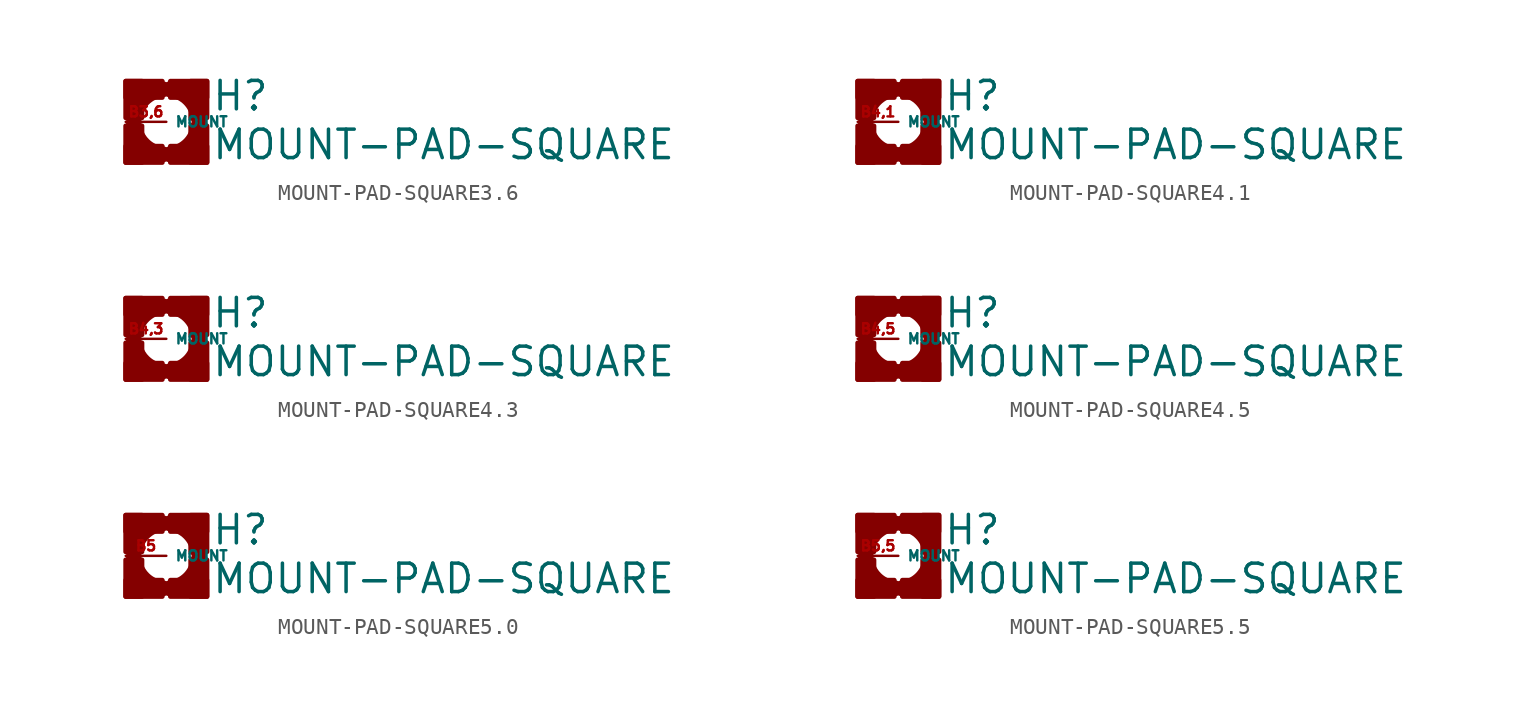
<source format=kicad_sym>
(kicad_symbol_lib
  (version 20220914)
  (generator Eagle2Kicad)
  (symbol "MOUNT-PAD-SQUARE3.6"
    (property "Reference" "H"
      (at 2.794 0.584 0)
      (effects (font (size 1.778 1.778) (thickness 0.22)) (justify left bottom)))
    (property "Value" "MOUNT-PAD-SQUARE"
      (at 2.794 -2.464 0)
      (effects (font (size 1.778 1.778) (thickness 0.22)) (justify left bottom)))
    (arc
      (start 2.032 0.254)
      (mid 1.448 1.448)
      (end 0.254 2.032)
      (stroke (width 1.016) (type default))
      (fill (type none)))
    (arc
      (start -0.254 2.032)
      (mid -1.448 1.448)
      (end -2.032 0.254)
      (stroke (width 1.016) (type default))
      (fill (type none)))
    (arc
      (start -2.032 -0.254)
      (mid -1.448 -1.448)
      (end -0.254 -2.032)
      (stroke (width 1.016) (type default))
      (fill (type none)))
    (arc
      (start 0.254 -2.032)
      (mid 1.448 -1.448)
      (end 2.032 -0.254)
      (stroke (width 1.016) (type default))
      (fill (type none)))
    (rectangle
      (start -2.54 0.254)
      (end -1.524 2.54)
      (stroke (width 0.3) (type default))
      (fill (type outline)))
    (rectangle
      (start -2.54 1.524)
      (end -0.254 2.54)
      (stroke (width 0.3) (type default))
      (fill (type outline)))
    (rectangle
      (start -2.54 -2.54)
      (end -1.524 -0.254)
      (stroke (width 0.3) (type default))
      (fill (type outline)))
    (rectangle
      (start -2.54 -2.54)
      (end -0.254 -1.524)
      (stroke (width 0.3) (type default))
      (fill (type outline)))
    (rectangle
      (start 1.524 -2.54)
      (end 2.54 -0.254)
      (stroke (width 0.3) (type default))
      (fill (type outline)))
    (rectangle
      (start 0.254 -2.54)
      (end 2.54 -1.524)
      (stroke (width 0.3) (type default))
      (fill (type outline)))
    (rectangle
      (start 0.254 1.524)
      (end 2.54 2.54)
      (stroke (width 0.3) (type default))
      (fill (type outline)))
    (rectangle
      (start 1.524 0.254)
      (end 2.54 2.54)
      (stroke (width 0.3) (type default))
      (fill (type outline)))
    (pin passive line
      (at -2.54 0 0)
      (length 2.54)
      (name "MOUNT" (effects (font (size 0.635 0.635) (thickness 0.08)) (justify left bottom)))
      (number "B3,6" (effects (font (size 0.635 0.635) (thickness 0.08)) (justify left bottom)))))
  (symbol "MOUNT-PAD-SQUARE4.1"
    (property "Reference" "H"
      (at 2.794 0.584 0)
      (effects (font (size 1.778 1.778) (thickness 0.22)) (justify left bottom)))
    (property "Value" "MOUNT-PAD-SQUARE"
      (at 2.794 -2.464 0)
      (effects (font (size 1.778 1.778) (thickness 0.22)) (justify left bottom)))
    (arc
      (start 2.032 0.254)
      (mid 1.448 1.448)
      (end 0.254 2.032)
      (stroke (width 1.016) (type default))
      (fill (type none)))
    (arc
      (start -0.254 2.032)
      (mid -1.448 1.448)
      (end -2.032 0.254)
      (stroke (width 1.016) (type default))
      (fill (type none)))
    (arc
      (start -2.032 -0.254)
      (mid -1.448 -1.448)
      (end -0.254 -2.032)
      (stroke (width 1.016) (type default))
      (fill (type none)))
    (arc
      (start 0.254 -2.032)
      (mid 1.448 -1.448)
      (end 2.032 -0.254)
      (stroke (width 1.016) (type default))
      (fill (type none)))
    (rectangle
      (start -2.54 0.254)
      (end -1.524 2.54)
      (stroke (width 0.3) (type default))
      (fill (type outline)))
    (rectangle
      (start -2.54 1.524)
      (end -0.254 2.54)
      (stroke (width 0.3) (type default))
      (fill (type outline)))
    (rectangle
      (start -2.54 -2.54)
      (end -1.524 -0.254)
      (stroke (width 0.3) (type default))
      (fill (type outline)))
    (rectangle
      (start -2.54 -2.54)
      (end -0.254 -1.524)
      (stroke (width 0.3) (type default))
      (fill (type outline)))
    (rectangle
      (start 1.524 -2.54)
      (end 2.54 -0.254)
      (stroke (width 0.3) (type default))
      (fill (type outline)))
    (rectangle
      (start 0.254 -2.54)
      (end 2.54 -1.524)
      (stroke (width 0.3) (type default))
      (fill (type outline)))
    (rectangle
      (start 0.254 1.524)
      (end 2.54 2.54)
      (stroke (width 0.3) (type default))
      (fill (type outline)))
    (rectangle
      (start 1.524 0.254)
      (end 2.54 2.54)
      (stroke (width 0.3) (type default))
      (fill (type outline)))
    (pin passive line
      (at -2.54 0 0)
      (length 2.54)
      (name "MOUNT" (effects (font (size 0.635 0.635) (thickness 0.08)) (justify left bottom)))
      (number "B4,1" (effects (font (size 0.635 0.635) (thickness 0.08)) (justify left bottom)))))
  (symbol "MOUNT-PAD-SQUARE4.3"
    (property "Reference" "H"
      (at 2.794 0.584 0)
      (effects (font (size 1.778 1.778) (thickness 0.22)) (justify left bottom)))
    (property "Value" "MOUNT-PAD-SQUARE"
      (at 2.794 -2.464 0)
      (effects (font (size 1.778 1.778) (thickness 0.22)) (justify left bottom)))
    (arc
      (start 2.032 0.254)
      (mid 1.448 1.448)
      (end 0.254 2.032)
      (stroke (width 1.016) (type default))
      (fill (type none)))
    (arc
      (start -0.254 2.032)
      (mid -1.448 1.448)
      (end -2.032 0.254)
      (stroke (width 1.016) (type default))
      (fill (type none)))
    (arc
      (start -2.032 -0.254)
      (mid -1.448 -1.448)
      (end -0.254 -2.032)
      (stroke (width 1.016) (type default))
      (fill (type none)))
    (arc
      (start 0.254 -2.032)
      (mid 1.448 -1.448)
      (end 2.032 -0.254)
      (stroke (width 1.016) (type default))
      (fill (type none)))
    (rectangle
      (start -2.54 0.254)
      (end -1.524 2.54)
      (stroke (width 0.3) (type default))
      (fill (type outline)))
    (rectangle
      (start -2.54 1.524)
      (end -0.254 2.54)
      (stroke (width 0.3) (type default))
      (fill (type outline)))
    (rectangle
      (start -2.54 -2.54)
      (end -1.524 -0.254)
      (stroke (width 0.3) (type default))
      (fill (type outline)))
    (rectangle
      (start -2.54 -2.54)
      (end -0.254 -1.524)
      (stroke (width 0.3) (type default))
      (fill (type outline)))
    (rectangle
      (start 1.524 -2.54)
      (end 2.54 -0.254)
      (stroke (width 0.3) (type default))
      (fill (type outline)))
    (rectangle
      (start 0.254 -2.54)
      (end 2.54 -1.524)
      (stroke (width 0.3) (type default))
      (fill (type outline)))
    (rectangle
      (start 0.254 1.524)
      (end 2.54 2.54)
      (stroke (width 0.3) (type default))
      (fill (type outline)))
    (rectangle
      (start 1.524 0.254)
      (end 2.54 2.54)
      (stroke (width 0.3) (type default))
      (fill (type outline)))
    (pin passive line
      (at -2.54 0 0)
      (length 2.54)
      (name "MOUNT" (effects (font (size 0.635 0.635) (thickness 0.08)) (justify left bottom)))
      (number "B4,3" (effects (font (size 0.635 0.635) (thickness 0.08)) (justify left bottom)))))
  (symbol "MOUNT-PAD-SQUARE4.5"
    (property "Reference" "H"
      (at 2.794 0.584 0)
      (effects (font (size 1.778 1.778) (thickness 0.22)) (justify left bottom)))
    (property "Value" "MOUNT-PAD-SQUARE"
      (at 2.794 -2.464 0)
      (effects (font (size 1.778 1.778) (thickness 0.22)) (justify left bottom)))
    (arc
      (start 2.032 0.254)
      (mid 1.448 1.448)
      (end 0.254 2.032)
      (stroke (width 1.016) (type default))
      (fill (type none)))
    (arc
      (start -0.254 2.032)
      (mid -1.448 1.448)
      (end -2.032 0.254)
      (stroke (width 1.016) (type default))
      (fill (type none)))
    (arc
      (start -2.032 -0.254)
      (mid -1.448 -1.448)
      (end -0.254 -2.032)
      (stroke (width 1.016) (type default))
      (fill (type none)))
    (arc
      (start 0.254 -2.032)
      (mid 1.448 -1.448)
      (end 2.032 -0.254)
      (stroke (width 1.016) (type default))
      (fill (type none)))
    (rectangle
      (start -2.54 0.254)
      (end -1.524 2.54)
      (stroke (width 0.3) (type default))
      (fill (type outline)))
    (rectangle
      (start -2.54 1.524)
      (end -0.254 2.54)
      (stroke (width 0.3) (type default))
      (fill (type outline)))
    (rectangle
      (start -2.54 -2.54)
      (end -1.524 -0.254)
      (stroke (width 0.3) (type default))
      (fill (type outline)))
    (rectangle
      (start -2.54 -2.54)
      (end -0.254 -1.524)
      (stroke (width 0.3) (type default))
      (fill (type outline)))
    (rectangle
      (start 1.524 -2.54)
      (end 2.54 -0.254)
      (stroke (width 0.3) (type default))
      (fill (type outline)))
    (rectangle
      (start 0.254 -2.54)
      (end 2.54 -1.524)
      (stroke (width 0.3) (type default))
      (fill (type outline)))
    (rectangle
      (start 0.254 1.524)
      (end 2.54 2.54)
      (stroke (width 0.3) (type default))
      (fill (type outline)))
    (rectangle
      (start 1.524 0.254)
      (end 2.54 2.54)
      (stroke (width 0.3) (type default))
      (fill (type outline)))
    (pin passive line
      (at -2.54 0 0)
      (length 2.54)
      (name "MOUNT" (effects (font (size 0.635 0.635) (thickness 0.08)) (justify left bottom)))
      (number "B4,5" (effects (font (size 0.635 0.635) (thickness 0.08)) (justify left bottom)))))
  (symbol "MOUNT-PAD-SQUARE5.0"
    (property "Reference" "H"
      (at 2.794 0.584 0)
      (effects (font (size 1.778 1.778) (thickness 0.22)) (justify left bottom)))
    (property "Value" "MOUNT-PAD-SQUARE"
      (at 2.794 -2.464 0)
      (effects (font (size 1.778 1.778) (thickness 0.22)) (justify left bottom)))
    (arc
      (start 2.032 0.254)
      (mid 1.448 1.448)
      (end 0.254 2.032)
      (stroke (width 1.016) (type default))
      (fill (type none)))
    (arc
      (start -0.254 2.032)
      (mid -1.448 1.448)
      (end -2.032 0.254)
      (stroke (width 1.016) (type default))
      (fill (type none)))
    (arc
      (start -2.032 -0.254)
      (mid -1.448 -1.448)
      (end -0.254 -2.032)
      (stroke (width 1.016) (type default))
      (fill (type none)))
    (arc
      (start 0.254 -2.032)
      (mid 1.448 -1.448)
      (end 2.032 -0.254)
      (stroke (width 1.016) (type default))
      (fill (type none)))
    (rectangle
      (start -2.54 0.254)
      (end -1.524 2.54)
      (stroke (width 0.3) (type default))
      (fill (type outline)))
    (rectangle
      (start -2.54 1.524)
      (end -0.254 2.54)
      (stroke (width 0.3) (type default))
      (fill (type outline)))
    (rectangle
      (start -2.54 -2.54)
      (end -1.524 -0.254)
      (stroke (width 0.3) (type default))
      (fill (type outline)))
    (rectangle
      (start -2.54 -2.54)
      (end -0.254 -1.524)
      (stroke (width 0.3) (type default))
      (fill (type outline)))
    (rectangle
      (start 1.524 -2.54)
      (end 2.54 -0.254)
      (stroke (width 0.3) (type default))
      (fill (type outline)))
    (rectangle
      (start 0.254 -2.54)
      (end 2.54 -1.524)
      (stroke (width 0.3) (type default))
      (fill (type outline)))
    (rectangle
      (start 0.254 1.524)
      (end 2.54 2.54)
      (stroke (width 0.3) (type default))
      (fill (type outline)))
    (rectangle
      (start 1.524 0.254)
      (end 2.54 2.54)
      (stroke (width 0.3) (type default))
      (fill (type outline)))
    (pin passive line
      (at -2.54 0 0)
      (length 2.54)
      (name "MOUNT" (effects (font (size 0.635 0.635) (thickness 0.08)) (justify left bottom)))
      (number "B5" (effects (font (size 0.635 0.635) (thickness 0.08)) (justify left bottom)))))
  (symbol "MOUNT-PAD-SQUARE5.5"
    (property "Reference" "H"
      (at 2.794 0.584 0)
      (effects (font (size 1.778 1.778) (thickness 0.22)) (justify left bottom)))
    (property "Value" "MOUNT-PAD-SQUARE"
      (at 2.794 -2.464 0)
      (effects (font (size 1.778 1.778) (thickness 0.22)) (justify left bottom)))
    (arc
      (start 2.032 0.254)
      (mid 1.448 1.448)
      (end 0.254 2.032)
      (stroke (width 1.016) (type default))
      (fill (type none)))
    (arc
      (start -0.254 2.032)
      (mid -1.448 1.448)
      (end -2.032 0.254)
      (stroke (width 1.016) (type default))
      (fill (type none)))
    (arc
      (start -2.032 -0.254)
      (mid -1.448 -1.448)
      (end -0.254 -2.032)
      (stroke (width 1.016) (type default))
      (fill (type none)))
    (arc
      (start 0.254 -2.032)
      (mid 1.448 -1.448)
      (end 2.032 -0.254)
      (stroke (width 1.016) (type default))
      (fill (type none)))
    (rectangle
      (start -2.54 0.254)
      (end -1.524 2.54)
      (stroke (width 0.3) (type default))
      (fill (type outline)))
    (rectangle
      (start -2.54 1.524)
      (end -0.254 2.54)
      (stroke (width 0.3) (type default))
      (fill (type outline)))
    (rectangle
      (start -2.54 -2.54)
      (end -1.524 -0.254)
      (stroke (width 0.3) (type default))
      (fill (type outline)))
    (rectangle
      (start -2.54 -2.54)
      (end -0.254 -1.524)
      (stroke (width 0.3) (type default))
      (fill (type outline)))
    (rectangle
      (start 1.524 -2.54)
      (end 2.54 -0.254)
      (stroke (width 0.3) (type default))
      (fill (type outline)))
    (rectangle
      (start 0.254 -2.54)
      (end 2.54 -1.524)
      (stroke (width 0.3) (type default))
      (fill (type outline)))
    (rectangle
      (start 0.254 1.524)
      (end 2.54 2.54)
      (stroke (width 0.3) (type default))
      (fill (type outline)))
    (rectangle
      (start 1.524 0.254)
      (end 2.54 2.54)
      (stroke (width 0.3) (type default))
      (fill (type outline)))
    (pin passive line
      (at -2.54 0 0)
      (length 2.54)
      (name "MOUNT" (effects (font (size 0.635 0.635) (thickness 0.08)) (justify left bottom)))
      (number "B5,5" (effects (font (size 0.635 0.635) (thickness 0.08)) (justify left bottom))))))
</source>
